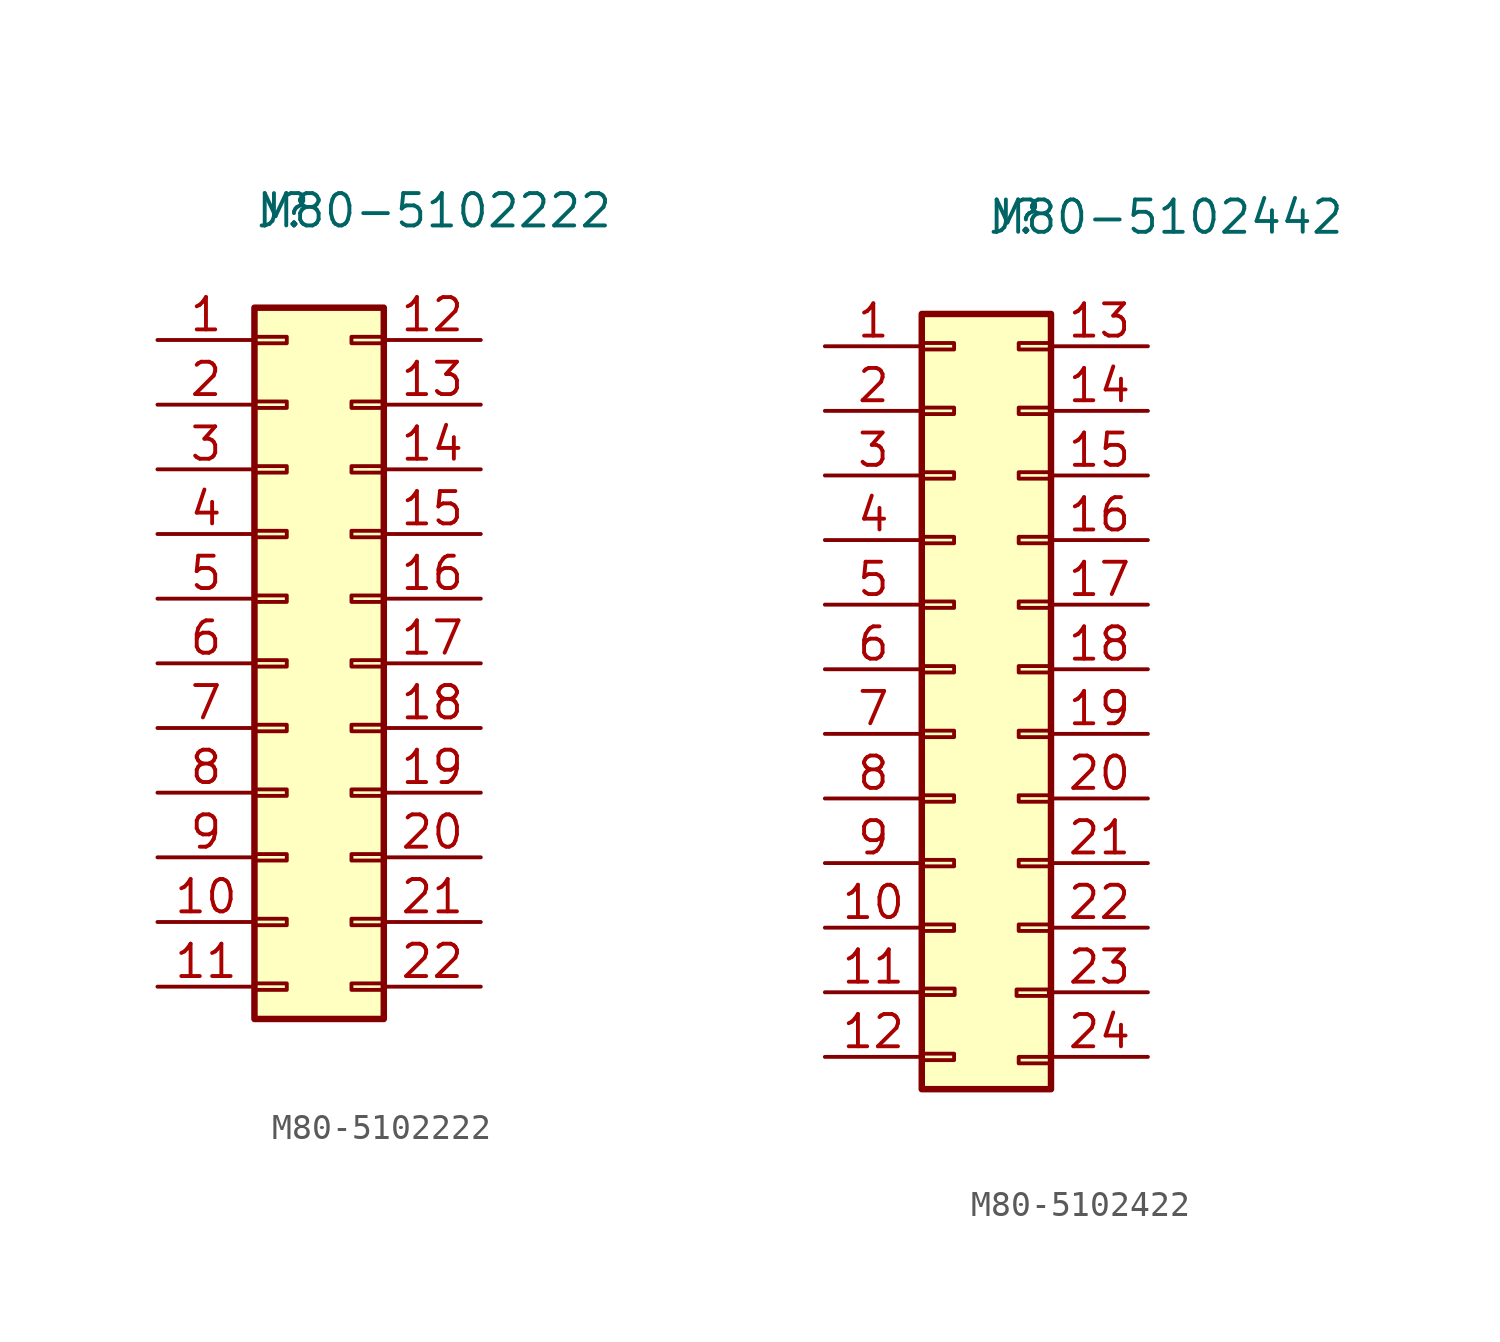
<source format=kicad_sym>
(kicad_symbol_lib
  (version 20220914)
  (generator kicad_symbol_editor)
  (symbol "M80-5102222"
    (property "Reference" "J"
      (at -2.54 15.24 0)
      (effects (font (size 1.27 1.27)) (justify left)))
    (property "Value" "M80-5102222"
      (at -2.54 15.24 0)
      (effects (font (size 1.27 1.27)) (justify left)))
    (symbol "M80-5102222_1_1"
      (rectangle (start -2.54 -15.113) (end -1.27 -15.367) (stroke (width 0.152) (type default)) (fill (type none)))
      (rectangle (start -2.54 -12.573) (end -1.27 -12.827) (stroke (width 0.152) (type default)) (fill (type none)))
      (rectangle (start -2.54 -10.033) (end -1.27 -10.287) (stroke (width 0.152) (type default)) (fill (type none)))
      (rectangle (start -2.54 -7.493) (end -1.27 -7.747) (stroke (width 0.152) (type default)) (fill (type none)))
      (rectangle (start -2.54 -4.953) (end -1.27 -5.207) (stroke (width 0.152) (type default)) (fill (type none)))
      (rectangle (start -2.54 -2.413) (end -1.27 -2.667) (stroke (width 0.152) (type default)) (fill (type none)))
      (rectangle (start -2.54 0.127) (end -1.27 -0.127) (stroke (width 0.152) (type default)) (fill (type none)))
      (rectangle (start -2.54 2.667) (end -1.27 2.413) (stroke (width 0.152) (type default)) (fill (type none)))
      (rectangle (start -2.54 5.207) (end -1.27 4.953) (stroke (width 0.152) (type default)) (fill (type none)))
      (rectangle (start -2.54 7.747) (end -1.27 7.493) (stroke (width 0.152) (type default)) (fill (type none)))
      (rectangle (start -2.54 10.287) (end -1.27 10.033) (stroke (width 0.152) (type default)) (fill (type none)))
      (rectangle (start -2.54 11.43) (end 2.54 -16.51) (stroke (width 0.254) (type default)) (fill (type background)))
      (rectangle (start 1.27 -12.573) (end 2.54 -12.827) (stroke (width 0.152) (type default)) (fill (type none)))
      (rectangle (start 2.54 -15.367) (end 1.27 -15.113) (stroke (width 0.152) (type default)) (fill (type none)))
      (rectangle (start 2.54 -10.033) (end 1.27 -10.287) (stroke (width 0.152) (type default)) (fill (type none)))
      (rectangle (start 2.54 -7.493) (end 1.27 -7.747) (stroke (width 0.152) (type default)) (fill (type none)))
      (rectangle (start 2.54 -4.953) (end 1.27 -5.207) (stroke (width 0.152) (type default)) (fill (type none)))
      (rectangle (start 2.54 -2.413) (end 1.27 -2.667) (stroke (width 0.152) (type default)) (fill (type none)))
      (rectangle (start 2.54 0.127) (end 1.27 -0.127) (stroke (width 0.152) (type default)) (fill (type none)))
      (rectangle (start 2.54 2.667) (end 1.27 2.413) (stroke (width 0.152) (type default)) (fill (type none)))
      (rectangle (start 2.54 5.207) (end 1.27 4.953) (stroke (width 0.152) (type default)) (fill (type none)))
      (rectangle (start 2.54 7.747) (end 1.27 7.493) (stroke (width 0.152) (type default)) (fill (type none)))
      (rectangle (start 2.54 10.287) (end 1.27 10.033) (stroke (width 0.152) (type default)) (fill (type none)))
      (pin passive line (at -6.35 10.16 0) (length 3.81) (name "" (effects (font (size 1.27 1.27)))) (number "1" (effects (font (size 1.27 1.27)))))
      (pin passive line (at -6.35 -12.7 0) (length 3.81) (name "" (effects (font (size 1.27 1.27)))) (number "10" (effects (font (size 1.27 1.27)))))
      (pin passive line (at -6.35 -15.24 0) (length 3.81) (name "" (effects (font (size 1.27 1.27)))) (number "11" (effects (font (size 1.27 1.27)))))
      (pin passive line (at 6.35 10.16 180) (length 3.81) (name "" (effects (font (size 1.27 1.27)))) (number "12" (effects (font (size 1.27 1.27)))))
      (pin passive line (at 6.35 7.62 180) (length 3.81) (name "" (effects (font (size 1.27 1.27)))) (number "13" (effects (font (size 1.27 1.27)))))
      (pin passive line (at 6.35 5.08 180) (length 3.81) (name "" (effects (font (size 1.27 1.27)))) (number "14" (effects (font (size 1.27 1.27)))))
      (pin passive line (at 6.35 2.54 180) (length 3.81) (name "" (effects (font (size 1.27 1.27)))) (number "15" (effects (font (size 1.27 1.27)))))
      (pin passive line (at 6.35 0 180) (length 3.81) (name "" (effects (font (size 1.27 1.27)))) (number "16" (effects (font (size 1.27 1.27)))))
      (pin passive line (at 6.35 -2.54 180) (length 3.81) (name "" (effects (font (size 1.27 1.27)))) (number "17" (effects (font (size 1.27 1.27)))))
      (pin passive line (at 6.35 -5.08 180) (length 3.81) (name "" (effects (font (size 1.27 1.27)))) (number "18" (effects (font (size 1.27 1.27)))))
      (pin passive line (at 6.35 -7.62 180) (length 3.81) (name "" (effects (font (size 1.27 1.27)))) (number "19" (effects (font (size 1.27 1.27)))))
      (pin passive line (at -6.35 7.62 0) (length 3.81) (name "" (effects (font (size 1.27 1.27)))) (number "2" (effects (font (size 1.27 1.27)))))
      (pin passive line (at 6.35 -10.16 180) (length 3.81) (name "" (effects (font (size 1.27 1.27)))) (number "20" (effects (font (size 1.27 1.27)))))
      (pin passive line (at 6.35 -12.7 180) (length 3.81) (name "" (effects (font (size 1.27 1.27)))) (number "21" (effects (font (size 1.27 1.27)))))
      (pin passive line (at 6.35 -15.24 180) (length 3.81) (name "" (effects (font (size 1.27 1.27)))) (number "22" (effects (font (size 1.27 1.27)))))
      (pin passive line (at -6.35 5.08 0) (length 3.81) (name "" (effects (font (size 1.27 1.27)))) (number "3" (effects (font (size 1.27 1.27)))))
      (pin passive line (at -6.35 2.54 0) (length 3.81) (name "" (effects (font (size 1.27 1.27)))) (number "4" (effects (font (size 1.27 1.27)))))
      (pin passive line (at -6.35 0 0) (length 3.81) (name "" (effects (font (size 1.27 1.27)))) (number "5" (effects (font (size 1.27 1.27)))))
      (pin passive line (at -6.35 -2.54 0) (length 3.81) (name "" (effects (font (size 1.27 1.27)))) (number "6" (effects (font (size 1.27 1.27)))))
      (pin passive line (at -6.35 -5.08 0) (length 3.81) (name "" (effects (font (size 1.27 1.27)))) (number "7" (effects (font (size 1.27 1.27)))))
      (pin passive line (at -6.35 -7.62 0) (length 3.81) (name "" (effects (font (size 1.27 1.27)))) (number "8" (effects (font (size 1.27 1.27)))))
      (pin passive line (at -6.35 -10.16 0) (length 3.81) (name "" (effects (font (size 1.27 1.27)))) (number "9" (effects (font (size 1.27 1.27)))))))
  (symbol "M80-5102422"
    (property "Reference" "J"
      (at 0 0 0)
      (effects (font (size 1.27 1.27)) (justify left)))
    (property "Value" "M80-5102442"
      (at 0 0 0)
      (effects (font (size 1.27 1.27)) (justify left)))
    (symbol "M80-5102422_1_1"
      (rectangle (start -2.54 -32.893) (end -1.27 -33.147) (stroke (width 0.152) (type default)) (fill (type none)))
      (rectangle (start -2.54 -27.813) (end -1.27 -28.067) (stroke (width 0.152) (type default)) (fill (type none)))
      (rectangle (start -2.54 -25.273) (end -1.27 -25.527) (stroke (width 0.152) (type default)) (fill (type none)))
      (rectangle (start -2.54 -22.733) (end -1.27 -22.987) (stroke (width 0.152) (type default)) (fill (type none)))
      (rectangle (start -2.54 -20.193) (end -1.27 -20.447) (stroke (width 0.152) (type default)) (fill (type none)))
      (rectangle (start -2.54 -17.653) (end -1.27 -17.907) (stroke (width 0.152) (type default)) (fill (type none)))
      (rectangle (start -2.54 -15.113) (end -1.27 -15.367) (stroke (width 0.152) (type default)) (fill (type none)))
      (rectangle (start -2.54 -12.573) (end -1.27 -12.827) (stroke (width 0.152) (type default)) (fill (type none)))
      (rectangle (start -2.54 -10.033) (end -1.27 -10.287) (stroke (width 0.152) (type default)) (fill (type none)))
      (rectangle (start -2.54 -7.493) (end -1.27 -7.747) (stroke (width 0.152) (type default)) (fill (type none)))
      (rectangle (start -2.54 -4.953) (end -1.27 -5.207) (stroke (width 0.152) (type default)) (fill (type none)))
      (rectangle (start -2.54 -3.81) (end 2.54 -34.29) (stroke (width 0.254) (type default)) (fill (type background)))
      (rectangle (start -2.517 -30.333) (end -1.247 -30.587) (stroke (width 0.152) (type default)) (fill (type none)))
      (rectangle (start 1.186 -30.369) (end 2.456 -30.623) (stroke (width 0.152) (type default)) (fill (type none)))
      (rectangle (start 1.27 -27.813) (end 2.54 -28.067) (stroke (width 0.152) (type default)) (fill (type none)))
      (rectangle (start 2.54 -33.274) (end 1.27 -33.02) (stroke (width 0.152) (type default)) (fill (type none)))
      (rectangle (start 2.54 -25.273) (end 1.27 -25.527) (stroke (width 0.152) (type default)) (fill (type none)))
      (rectangle (start 2.54 -22.733) (end 1.27 -22.987) (stroke (width 0.152) (type default)) (fill (type none)))
      (rectangle (start 2.54 -20.193) (end 1.27 -20.447) (stroke (width 0.152) (type default)) (fill (type none)))
      (rectangle (start 2.54 -17.653) (end 1.27 -17.907) (stroke (width 0.152) (type default)) (fill (type none)))
      (rectangle (start 2.54 -15.113) (end 1.27 -15.367) (stroke (width 0.152) (type default)) (fill (type none)))
      (rectangle (start 2.54 -12.573) (end 1.27 -12.827) (stroke (width 0.152) (type default)) (fill (type none)))
      (rectangle (start 2.54 -10.033) (end 1.27 -10.287) (stroke (width 0.152) (type default)) (fill (type none)))
      (rectangle (start 2.54 -7.493) (end 1.27 -7.747) (stroke (width 0.152) (type default)) (fill (type none)))
      (rectangle (start 2.54 -4.953) (end 1.27 -5.207) (stroke (width 0.152) (type default)) (fill (type none)))
      (pin passive line (at -6.35 -5.08 0) (length 3.81) (name "" (effects (font (size 1.27 1.27)))) (number "1" (effects (font (size 1.27 1.27)))))
      (pin passive line (at -6.35 -27.94 0) (length 3.81) (name "" (effects (font (size 1.27 1.27)))) (number "10" (effects (font (size 1.27 1.27)))))
      (pin passive line (at -6.35 -30.48 0) (length 3.81) (name "" (effects (font (size 1.27 1.27)))) (number "11" (effects (font (size 1.27 1.27)))))
      (pin passive line (at -6.35 -33.02 0) (length 3.81) (name "" (effects (font (size 1.27 1.27)))) (number "12" (effects (font (size 1.27 1.27)))))
      (pin passive line (at 6.35 -5.08 180) (length 3.81) (name "" (effects (font (size 1.27 1.27)))) (number "13" (effects (font (size 1.27 1.27)))))
      (pin passive line (at 6.35 -7.62 180) (length 3.81) (name "" (effects (font (size 1.27 1.27)))) (number "14" (effects (font (size 1.27 1.27)))))
      (pin passive line (at 6.35 -10.16 180) (length 3.81) (name "" (effects (font (size 1.27 1.27)))) (number "15" (effects (font (size 1.27 1.27)))))
      (pin passive line (at 6.35 -12.7 180) (length 3.81) (name "" (effects (font (size 1.27 1.27)))) (number "16" (effects (font (size 1.27 1.27)))))
      (pin passive line (at 6.35 -15.24 180) (length 3.81) (name "" (effects (font (size 1.27 1.27)))) (number "17" (effects (font (size 1.27 1.27)))))
      (pin passive line (at 6.35 -17.78 180) (length 3.81) (name "" (effects (font (size 1.27 1.27)))) (number "18" (effects (font (size 1.27 1.27)))))
      (pin passive line (at 6.35 -20.32 180) (length 3.81) (name "" (effects (font (size 1.27 1.27)))) (number "19" (effects (font (size 1.27 1.27)))))
      (pin passive line (at -6.35 -7.62 0) (length 3.81) (name "" (effects (font (size 1.27 1.27)))) (number "2" (effects (font (size 1.27 1.27)))))
      (pin passive line (at 6.35 -22.86 180) (length 3.81) (name "" (effects (font (size 1.27 1.27)))) (number "20" (effects (font (size 1.27 1.27)))))
      (pin passive line (at 6.35 -25.4 180) (length 3.81) (name "" (effects (font (size 1.27 1.27)))) (number "21" (effects (font (size 1.27 1.27)))))
      (pin passive line (at 6.35 -27.94 180) (length 3.81) (name "" (effects (font (size 1.27 1.27)))) (number "22" (effects (font (size 1.27 1.27)))))
      (pin passive line (at 6.35 -30.48 180) (length 3.81) (name "" (effects (font (size 1.27 1.27)))) (number "23" (effects (font (size 1.27 1.27)))))
      (pin passive line (at 6.35 -33.02 180) (length 3.81) (name "" (effects (font (size 1.27 1.27)))) (number "24" (effects (font (size 1.27 1.27)))))
      (pin passive line (at -6.35 -10.16 0) (length 3.81) (name "" (effects (font (size 1.27 1.27)))) (number "3" (effects (font (size 1.27 1.27)))))
      (pin passive line (at -6.35 -12.7 0) (length 3.81) (name "" (effects (font (size 1.27 1.27)))) (number "4" (effects (font (size 1.27 1.27)))))
      (pin passive line (at -6.35 -15.24 0) (length 3.81) (name "" (effects (font (size 1.27 1.27)))) (number "5" (effects (font (size 1.27 1.27)))))
      (pin passive line (at -6.35 -17.78 0) (length 3.81) (name "" (effects (font (size 1.27 1.27)))) (number "6" (effects (font (size 1.27 1.27)))))
      (pin passive line (at -6.35 -20.32 0) (length 3.81) (name "" (effects (font (size 1.27 1.27)))) (number "7" (effects (font (size 1.27 1.27)))))
      (pin passive line (at -6.35 -22.86 0) (length 3.81) (name "" (effects (font (size 1.27 1.27)))) (number "8" (effects (font (size 1.27 1.27)))))
      (pin passive line (at -6.35 -25.4 0) (length 3.81) (name "" (effects (font (size 1.27 1.27)))) (number "9" (effects (font (size 1.27 1.27))))))))
</source>
